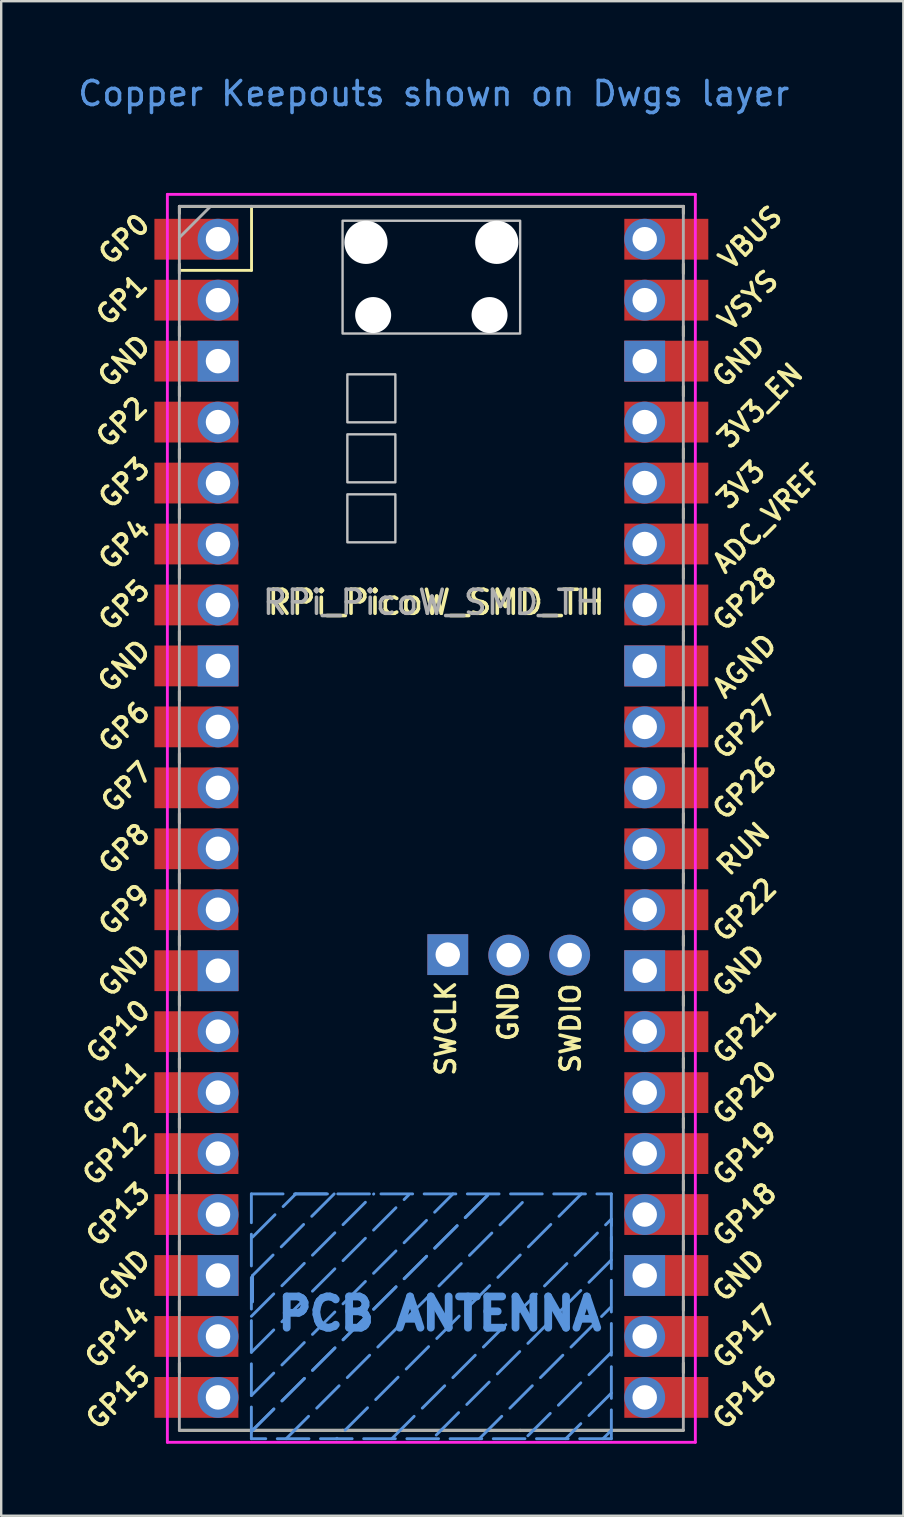
<source format=kicad_pcb>
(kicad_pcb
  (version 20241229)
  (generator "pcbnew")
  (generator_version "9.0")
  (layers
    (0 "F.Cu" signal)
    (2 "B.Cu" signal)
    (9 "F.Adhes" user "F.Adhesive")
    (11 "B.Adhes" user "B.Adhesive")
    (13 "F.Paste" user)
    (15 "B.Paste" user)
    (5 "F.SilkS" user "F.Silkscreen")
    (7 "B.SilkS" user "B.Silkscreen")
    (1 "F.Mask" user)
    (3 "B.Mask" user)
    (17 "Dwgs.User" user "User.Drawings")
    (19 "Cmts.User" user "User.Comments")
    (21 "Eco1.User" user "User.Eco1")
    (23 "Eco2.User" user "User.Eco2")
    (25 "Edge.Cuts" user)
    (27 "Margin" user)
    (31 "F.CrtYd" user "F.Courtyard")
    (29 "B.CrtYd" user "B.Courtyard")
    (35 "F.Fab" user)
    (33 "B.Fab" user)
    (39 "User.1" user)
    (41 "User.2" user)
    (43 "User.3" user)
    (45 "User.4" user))
  (footprint "RPi_PicoW_SMD_TH"
    (layer "F.Cu")
    (at 14.924 31.048)
    (property "Reference" "RPi_PicoW_SMD_TH" (at 0.2 -9 0) (layer "F.SilkS") (effects (font (size 1 1) (thickness 0.15))))
    (attr through_hole)
    (fp_line (start -10.5 -25.5) (end -10.5 -25.2) (stroke (width 0.12) (type solid)) (layer "F.SilkS"))
    (fp_line (start -10.5 -25.5) (end 10.5 -25.5) (stroke (width 0.12) (type solid)) (layer "F.SilkS"))
    (fp_line (start -10.5 -23.1) (end -10.5 -22.7) (stroke (width 0.12) (type solid)) (layer "F.SilkS"))
    (fp_line (start -10.5 -22.833) (end -7.493 -22.833) (stroke (width 0.12) (type solid)) (layer "F.SilkS"))
    (fp_line (start -10.5 -20.5) (end -10.5 -20.1) (stroke (width 0.12) (type solid)) (layer "F.SilkS"))
    (fp_line (start -10.5 -18) (end -10.5 -17.6) (stroke (width 0.12) (type solid)) (layer "F.SilkS"))
    (fp_line (start -10.5 -15.4) (end -10.5 -15) (stroke (width 0.12) (type solid)) (layer "F.SilkS"))
    (fp_line (start -10.5 -12.9) (end -10.5 -12.5) (stroke (width 0.12) (type solid)) (layer "F.SilkS"))
    (fp_line (start -10.5 -10.4) (end -10.5 -10) (stroke (width 0.12) (type solid)) (layer "F.SilkS"))
    (fp_line (start -10.5 -7.8) (end -10.5 -7.4) (stroke (width 0.12) (type solid)) (layer "F.SilkS"))
    (fp_line (start -10.5 -5.3) (end -10.5 -4.9) (stroke (width 0.12) (type solid)) (layer "F.SilkS"))
    (fp_line (start -10.5 -2.7) (end -10.5 -2.3) (stroke (width 0.12) (type solid)) (layer "F.SilkS"))
    (fp_line (start -10.5 -0.2) (end -10.5 0.2) (stroke (width 0.12) (type solid)) (layer "F.SilkS"))
    (fp_line (start -10.5 2.3) (end -10.5 2.7) (stroke (width 0.12) (type solid)) (layer "F.SilkS"))
    (fp_line (start -10.5 4.9) (end -10.5 5.3) (stroke (width 0.12) (type solid)) (layer "F.SilkS"))
    (fp_line (start -10.5 7.4) (end -10.5 7.8) (stroke (width 0.12) (type solid)) (layer "F.SilkS"))
    (fp_line (start -10.5 10) (end -10.5 10.4) (stroke (width 0.12) (type solid)) (layer "F.SilkS"))
    (fp_line (start -10.5 12.5) (end -10.5 12.9) (stroke (width 0.12) (type solid)) (layer "F.SilkS"))
    (fp_line (start -10.5 15.1) (end -10.5 15.5) (stroke (width 0.12) (type solid)) (layer "F.SilkS"))
    (fp_line (start -10.5 17.6) (end -10.5 18) (stroke (width 0.12) (type solid)) (layer "F.SilkS"))
    (fp_line (start -10.5 20.1) (end -10.5 20.5) (stroke (width 0.12) (type solid)) (layer "F.SilkS"))
    (fp_line (start -10.5 22.7) (end -10.5 23.1) (stroke (width 0.12) (type solid)) (layer "F.SilkS"))
    (fp_line (start -7.493 -22.833) (end -7.493 -25.5) (stroke (width 0.12) (type solid)) (layer "F.SilkS"))
    (fp_line (start -3.7 25.5) (end -10.5 25.5) (stroke (width 0.12) (type solid)) (layer "F.SilkS"))
    (fp_line (start -3.7 25.5) (end 3.7 25.5) (stroke (width 0.12) (type default)) (layer "F.SilkS"))
    (fp_line (start 10.5 -25.5) (end 10.5 -25.2) (stroke (width 0.12) (type solid)) (layer "F.SilkS"))
    (fp_line (start 10.5 -23.1) (end 10.5 -22.7) (stroke (width 0.12) (type solid)) (layer "F.SilkS"))
    (fp_line (start 10.5 -20.5) (end 10.5 -20.1) (stroke (width 0.12) (type solid)) (layer "F.SilkS"))
    (fp_line (start 10.5 -18) (end 10.5 -17.6) (stroke (width 0.12) (type solid)) (layer "F.SilkS"))
    (fp_line (start 10.5 -15.4) (end 10.5 -15) (stroke (width 0.12) (type solid)) (layer "F.SilkS"))
    (fp_line (start 10.5 -12.9) (end 10.5 -12.5) (stroke (width 0.12) (type solid)) (layer "F.SilkS"))
    (fp_line (start 10.5 -10.4) (end 10.5 -10) (stroke (width 0.12) (type solid)) (layer "F.SilkS"))
    (fp_line (start 10.5 -7.8) (end 10.5 -7.4) (stroke (width 0.12) (type solid)) (layer "F.SilkS"))
    (fp_line (start 10.5 -5.3) (end 10.5 -4.9) (stroke (width 0.12) (type solid)) (layer "F.SilkS"))
    (fp_line (start 10.5 -2.7) (end 10.5 -2.3) (stroke (width 0.12) (type solid)) (layer "F.SilkS"))
    (fp_line (start 10.5 -0.2) (end 10.5 0.2) (stroke (width 0.12) (type solid)) (layer "F.SilkS"))
    (fp_line (start 10.5 2.3) (end 10.5 2.7) (stroke (width 0.12) (type solid)) (layer "F.SilkS"))
    (fp_line (start 10.5 4.9) (end 10.5 5.3) (stroke (width 0.12) (type solid)) (layer "F.SilkS"))
    (fp_line (start 10.5 7.4) (end 10.5 7.8) (stroke (width 0.12) (type solid)) (layer "F.SilkS"))
    (fp_line (start 10.5 10) (end 10.5 10.4) (stroke (width 0.12) (type solid)) (layer "F.SilkS"))
    (fp_line (start 10.5 12.5) (end 10.5 12.9) (stroke (width 0.12) (type solid)) (layer "F.SilkS"))
    (fp_line (start 10.5 15.1) (end 10.5 15.5) (stroke (width 0.12) (type solid)) (layer "F.SilkS"))
    (fp_line (start 10.5 17.6) (end 10.5 18) (stroke (width 0.12) (type solid)) (layer "F.SilkS"))
    (fp_line (start 10.5 20.1) (end 10.5 20.5) (stroke (width 0.12) (type solid)) (layer "F.SilkS"))
    (fp_line (start 10.5 22.7) (end 10.5 23.1) (stroke (width 0.12) (type solid)) (layer "F.SilkS"))
    (fp_line (start 10.5 25.5) (end 3.7 25.5) (stroke (width 0.12) (type solid)) (layer "F.SilkS"))
    (fp_poly (pts (xy -1.5 -16.5) (xy -3.5 -16.5) (xy -3.5 -18.5) (xy -1.5 -18.5)) (stroke (width 0.1) (type solid)) (fill no) (layer "Dwgs.User"))
    (fp_poly (pts (xy -1.5 -14) (xy -3.5 -14) (xy -3.5 -16) (xy -1.5 -16)) (stroke (width 0.1) (type solid)) (fill no) (layer "Dwgs.User"))
    (fp_poly (pts (xy -1.5 -11.5) (xy -3.5 -11.5) (xy -3.5 -13.5) (xy -1.5 -13.5)) (stroke (width 0.1) (type solid)) (fill no) (layer "Dwgs.User"))
    (fp_poly (pts (xy 3.7 -20.2) (xy -3.7 -20.2) (xy -3.7 -24.9) (xy 3.7 -24.9)) (stroke (width 0.1) (type solid)) (fill no) (layer "Dwgs.User"))
    (fp_line (start -7.5 20.75) (end -2.4 15.65) (stroke (width 0.12) (type dash)) (layer "Cmts.User"))
    (fp_line (start -7.5 22.25) (end -0.95 15.7) (stroke (width 0.12) (type dash)) (layer "Cmts.User"))
    (fp_line (start -7.5 24.05) (end 0.9 15.65) (stroke (width 0.12) (type dash)) (layer "Cmts.User"))
    (fp_line (start -7.5 25.55) (end 2.35 15.7) (stroke (width 0.12) (type dash)) (layer "Cmts.User"))
    (fp_line (start -7.45 17.45) (end -5.65 15.65) (stroke (width 0.12) (type dash)) (layer "Cmts.User"))
    (fp_line (start -7.45 19.05) (end -7.45 20.15) (stroke (width 0.12) (type dash)) (layer "Cmts.User"))
    (fp_line (start -6.05 25.85) (end 4.1 15.7) (stroke (width 0.12) (type dash)) (layer "Cmts.User"))
    (fp_line (start -5.65 15.65) (end -4.05 15.65) (stroke (width 0.12) (type dash)) (layer "Cmts.User"))
    (fp_line (start -4.05 15.65) (end -7.45 19.05) (stroke (width 0.12) (type dash)) (layer "Cmts.User"))
    (fp_line (start -1.65 25.85) (end 7.5 16.7) (stroke (width 0.12) (type dash)) (layer "Cmts.User"))
    (fp_line (start 2 25.85) (end 7.477 20.373) (stroke (width 0.12) (type dash)) (layer "Cmts.User"))
    (fp_line (start 2.35 15.7) (end -7.75 25.8) (stroke (width 0.12) (type dash)) (layer "Cmts.User"))
    (fp_line (start 6.25 15.65) (end -3.95 25.85) (stroke (width 0.12) (type dash)) (layer "Cmts.User"))
    (fp_line (start 7.5 16.7) (end 7.5 18.4) (stroke (width 0.12) (type dash)) (layer "Cmts.User"))
    (fp_line (start 7.5 18.4) (end 0 25.9) (stroke (width 0.12) (type dash)) (layer "Cmts.User"))
    (fp_line (start 7.5 22.25) (end 3.9 25.85) (stroke (width 0.12) (type dash)) (layer "Cmts.User"))
    (fp_line (start 7.5 23.95) (end 5.6 25.85) (stroke (width 0.12) (type dash)) (layer "Cmts.User"))
    (fp_line (start 7.5 25.5) (end 7.15 25.85) (stroke (width 0.12) (type dash)) (layer "Cmts.User"))
    (fp_rect (start -7.5 15.65) (end 7.5 25.85) (stroke (width 0.12) (type dash)) (fill no) (layer "Cmts.User"))
    (fp_line (start -11 -26) (end 11 -26) (stroke (width 0.12) (type solid)) (layer "F.CrtYd"))
    (fp_line (start -11 26) (end -11 -26) (stroke (width 0.12) (type solid)) (layer "F.CrtYd"))
    (fp_line (start 11 -26) (end 11 26) (stroke (width 0.12) (type solid)) (layer "F.CrtYd"))
    (fp_line (start 11 26) (end -11 26) (stroke (width 0.12) (type solid)) (layer "F.CrtYd"))
    (fp_line (start -10.5 -25.5) (end 10.5 -25.5) (stroke (width 0.12) (type solid)) (layer "F.Fab"))
    (fp_line (start -10.5 -24.2) (end -9.2 -25.5) (stroke (width 0.12) (type solid)) (layer "F.Fab"))
    (fp_line (start -10.5 25.5) (end -10.5 -25.5) (stroke (width 0.12) (type solid)) (layer "F.Fab"))
    (fp_line (start 10.5 -25.5) (end 10.5 25.5) (stroke (width 0.12) (type solid)) (layer "F.Fab"))
    (fp_line (start 10.5 25.5) (end -10.5 25.5) (stroke (width 0.12) (type solid)) (layer "F.Fab"))
    (fp_text user "GP10" (at -13.054 8.89 45) (layer "F.SilkS") (effects (font (size 0.8 0.8) (thickness 0.15))))
    (fp_text user "GP20" (at 13.054 11.43 45) (layer "F.SilkS") (effects (font (size 0.8 0.8) (thickness 0.15))))
    (fp_text user "GP28" (at 13.054 -9.144 45) (layer "F.SilkS") (effects (font (size 0.8 0.8) (thickness 0.15))))
    (fp_text user "GP26" (at 13.054 -1.27 45) (layer "F.SilkS") (effects (font (size 0.8 0.8) (thickness 0.15))))
    (fp_text user "3V3" (at 12.9 -13.9 45) (layer "F.SilkS") (effects (font (size 0.8 0.8) (thickness 0.15))))
    (fp_text user "GP14" (at -13.1 21.59 45) (layer "F.SilkS") (effects (font (size 0.8 0.8) (thickness 0.15))))
    (fp_text user "GP0" (at -12.8 -24.13 45) (layer "F.SilkS") (effects (font (size 0.8 0.8) (thickness 0.15))))
    (fp_text user "GP3" (at -12.8 -13.97 45) (layer "F.SilkS") (effects (font (size 0.8 0.8) (thickness 0.15))))
    (fp_text user "GP5" (at -12.8 -8.89 45) (layer "F.SilkS") (effects (font (size 0.8 0.8) (thickness 0.15))))
    (fp_text user "GP18" (at 13.054 16.51 45) (layer "F.SilkS") (effects (font (size 0.8 0.8) (thickness 0.15))))
    (fp_text user "GND" (at 3.2 8.05 90) (layer "F.SilkS") (effects (font (size 0.8 0.8) (thickness 0.15))))
    (fp_text user "GP2" (at -12.9 -16.51 45) (layer "F.SilkS") (effects (font (size 0.8 0.8) (thickness 0.15))))
    (fp_text user "GP27" (at 13.054 -3.8 45) (layer "F.SilkS") (effects (font (size 0.8 0.8) (thickness 0.15))))
    (fp_text user "GND" (at -12.8 -19.05 45) (layer "F.SilkS") (effects (font (size 0.8 0.8) (thickness 0.15))))
    (fp_text user "GP22" (at 13.054 3.81 45) (layer "F.SilkS") (effects (font (size 0.8 0.8) (thickness 0.15))))
    (fp_text user "VBUS" (at 13.3 -24.2 45) (layer "F.SilkS") (effects (font (size 0.8 0.8) (thickness 0.15))))
    (fp_text user "GP21" (at 13.054 8.9 45) (layer "F.SilkS") (effects (font (size 0.8 0.8) (thickness 0.15))))
    (fp_text user "GP19" (at 13.054 13.97 45) (layer "F.SilkS") (effects (font (size 0.8 0.8) (thickness 0.15))))
    (fp_text user "GP1" (at -12.9 -21.6 45) (layer "F.SilkS") (effects (font (size 0.8 0.8) (thickness 0.15))))
    (fp_text user "GP13" (at -13.054 16.51 45) (layer "F.SilkS") (effects (font (size 0.8 0.8) (thickness 0.15))))
    (fp_text user "GP4" (at -12.8 -11.43 45) (layer "F.SilkS") (effects (font (size 0.8 0.8) (thickness 0.15))))
    (fp_text user "SWDIO" (at 5.8 8.75 90) (layer "F.SilkS") (effects (font (size 0.8 0.8) (thickness 0.15))))
    (fp_text user "GP6" (at -12.8 -3.81 45) (layer "F.SilkS") (effects (font (size 0.8 0.8) (thickness 0.15))))
    (fp_text user "GP7" (at -12.7 -1.3 45) (layer "F.SilkS") (effects (font (size 0.8 0.8) (thickness 0.15))))
    (fp_text user "GP11" (at -13.2 11.43 45) (layer "F.SilkS") (effects (font (size 0.8 0.8) (thickness 0.15))))
    (fp_text user "GND" (at 12.8 -19.05 45) (layer "F.SilkS") (effects (font (size 0.8 0.8) (thickness 0.15))))
    (fp_text user "GND" (at 12.8 19.05 45) (layer "F.SilkS") (effects (font (size 0.8 0.8) (thickness 0.15))))
    (fp_text user "AGND" (at 13.054 -6.35 45) (layer "F.SilkS") (effects (font (size 0.8 0.8) (thickness 0.15))))
    (fp_text user "GP9" (at -12.8 3.81 45) (layer "F.SilkS") (effects (font (size 0.8 0.8) (thickness 0.15))))
    (fp_text user "GND" (at -12.8 19.05 45) (layer "F.SilkS") (effects (font (size 0.8 0.8) (thickness 0.15))))
    (fp_text user "GND" (at -12.8 -6.35 45) (layer "F.SilkS") (effects (font (size 0.8 0.8) (thickness 0.15))))
    (fp_text user "RUN" (at 13 1.27 45) (layer "F.SilkS") (effects (font (size 0.8 0.8) (thickness 0.15))))
    (fp_text user "VSYS" (at 13.2 -21.59 45) (layer "F.SilkS") (effects (font (size 0.8 0.8) (thickness 0.15))))
    (fp_text user "GND" (at 12.8 6.35 45) (layer "F.SilkS") (effects (font (size 0.8 0.8) (thickness 0.15))))
    (fp_text user "GND" (at -12.8 6.35 45) (layer "F.SilkS") (effects (font (size 0.8 0.8) (thickness 0.15))))
    (fp_text user "ADC_VREF" (at 14 -12.5 45) (layer "F.SilkS") (effects (font (size 0.8 0.8) (thickness 0.15))))
    (fp_text user "GP12" (at -13.2 13.97 45) (layer "F.SilkS") (effects (font (size 0.8 0.8) (thickness 0.15))))
    (fp_text user "GP16" (at 13.054 24.13 45) (layer "F.SilkS") (effects (font (size 0.8 0.8) (thickness 0.15))))
    (fp_text user "GP8" (at -12.8 1.27 45) (layer "F.SilkS") (effects (font (size 0.8 0.8) (thickness 0.15))))
    (fp_text user "3V3_EN" (at 13.7 -17.2 45) (layer "F.SilkS") (effects (font (size 0.8 0.8) (thickness 0.15))))
    (fp_text user "GP15" (at -13.054 24.13 45) (layer "F.SilkS") (effects (font (size 0.8 0.8) (thickness 0.15))))
    (fp_text user "SWCLK" (at 0.6 8.75 90) (layer "F.SilkS") (effects (font (size 0.8 0.8) (thickness 0.15))))
    (fp_text user "GP17" (at 13.054 21.59 45) (layer "F.SilkS") (effects (font (size 0.8 0.8) (thickness 0.15))))
    (fp_text user "PCB ANTENNA" (at -6.55 21.4 0) (unlocked yes) (layer "Cmts.User") (effects (font (size 1.3 1.3) (thickness 0.325) (bold yes)) (justify left bottom)))
    (fp_text user "Copper Keepouts shown on Dwgs layer" (at 0.1 -30.2 0) (layer "Cmts.User") (effects (font (size 1 1) (thickness 0.15))))
    (fp_text user "${REFERENCE}" (at 0 -9 180) (layer "F.Fab") (effects (font (size 1 1) (thickness 0.15))))
    (pad "" np_thru_hole oval (at -2.725 -24) (size 1.8 1.8) (drill 1.8) (layers "*.Cu" "*.Mask"))
    (pad "" np_thru_hole oval (at -2.425 -20.97) (size 1.5 1.5) (drill 1.5) (layers "*.Cu" "*.Mask"))
    (pad "" np_thru_hole oval (at 2.425 -20.97) (size 1.5 1.5) (drill 1.5) (layers "*.Cu" "*.Mask"))
    (pad "" np_thru_hole oval (at 2.725 -24) (size 1.8 1.8) (drill 1.8) (layers "*.Cu" "*.Mask"))
    (pad "1" thru_hole oval (at -8.89 -24.13) (size 1.7 1.7) (drill 1.02) (layers "*.Cu" "*.Mask"))
    (pad "1" smd rect (at -8.89 -24.13) (size 3.5 1.7) (drill (offset -0.9 0)) (layers "F.Cu" "F.Mask"))
    (pad "2" thru_hole oval (at -8.89 -21.59) (size 1.7 1.7) (drill 1.02) (layers "*.Cu" "*.Mask"))
    (pad "2" smd rect (at -8.89 -21.59) (size 3.5 1.7) (drill (offset -0.9 0)) (layers "F.Cu" "F.Mask"))
    (pad "3" thru_hole rect (at -8.89 -19.05) (size 1.7 1.7) (drill 1.02) (layers "*.Cu" "*.Mask"))
    (pad "3" smd rect (at -8.89 -19.05) (size 3.5 1.7) (drill (offset -0.9 0)) (layers "F.Cu" "F.Mask"))
    (pad "4" thru_hole oval (at -8.89 -16.51) (size 1.7 1.7) (drill 1.02) (layers "*.Cu" "*.Mask"))
    (pad "4" smd rect (at -8.89 -16.51) (size 3.5 1.7) (drill (offset -0.9 0)) (layers "F.Cu" "F.Mask"))
    (pad "5" thru_hole oval (at -8.89 -13.97) (size 1.7 1.7) (drill 1.02) (layers "*.Cu" "*.Mask"))
    (pad "5" smd rect (at -8.89 -13.97) (size 3.5 1.7) (drill (offset -0.9 0)) (layers "F.Cu" "F.Mask"))
    (pad "6" thru_hole oval (at -8.89 -11.43) (size 1.7 1.7) (drill 1.02) (layers "*.Cu" "*.Mask"))
    (pad "6" smd rect (at -8.89 -11.43) (size 3.5 1.7) (drill (offset -0.9 0)) (layers "F.Cu" "F.Mask"))
    (pad "7" thru_hole oval (at -8.89 -8.89) (size 1.7 1.7) (drill 1.02) (layers "*.Cu" "*.Mask"))
    (pad "7" smd rect (at -8.89 -8.89) (size 3.5 1.7) (drill (offset -0.9 0)) (layers "F.Cu" "F.Mask"))
    (pad "8" thru_hole rect (at -8.89 -6.35) (size 1.7 1.7) (drill 1.02) (layers "*.Cu" "*.Mask"))
    (pad "8" smd rect (at -8.89 -6.35) (size 3.5 1.7) (drill (offset -0.9 0)) (layers "F.Cu" "F.Mask"))
    (pad "9" thru_hole oval (at -8.89 -3.81) (size 1.7 1.7) (drill 1.02) (layers "*.Cu" "*.Mask"))
    (pad "9" smd rect (at -8.89 -3.81) (size 3.5 1.7) (drill (offset -0.9 0)) (layers "F.Cu" "F.Mask"))
    (pad "10" thru_hole oval (at -8.89 -1.27) (size 1.7 1.7) (drill 1.02) (layers "*.Cu" "*.Mask"))
    (pad "10" smd rect (at -8.89 -1.27) (size 3.5 1.7) (drill (offset -0.9 0)) (layers "F.Cu" "F.Mask"))
    (pad "11" thru_hole oval (at -8.89 1.27) (size 1.7 1.7) (drill 1.02) (layers "*.Cu" "*.Mask"))
    (pad "11" smd rect (at -8.89 1.27) (size 3.5 1.7) (drill (offset -0.9 0)) (layers "F.Cu" "F.Mask"))
    (pad "12" thru_hole oval (at -8.89 3.81) (size 1.7 1.7) (drill 1.02) (layers "*.Cu" "*.Mask"))
    (pad "12" smd rect (at -8.89 3.81) (size 3.5 1.7) (drill (offset -0.9 0)) (layers "F.Cu" "F.Mask"))
    (pad "13" thru_hole rect (at -8.89 6.35) (size 1.7 1.7) (drill 1.02) (layers "*.Cu" "*.Mask"))
    (pad "13" smd rect (at -8.89 6.35) (size 3.5 1.7) (drill (offset -0.9 0)) (layers "F.Cu" "F.Mask"))
    (pad "14" thru_hole oval (at -8.89 8.89) (size 1.7 1.7) (drill 1.02) (layers "*.Cu" "*.Mask"))
    (pad "14" smd rect (at -8.89 8.89) (size 3.5 1.7) (drill (offset -0.9 0)) (layers "F.Cu" "F.Mask"))
    (pad "15" thru_hole oval (at -8.89 11.43) (size 1.7 1.7) (drill 1.02) (layers "*.Cu" "*.Mask"))
    (pad "15" smd rect (at -8.89 11.43) (size 3.5 1.7) (drill (offset -0.9 0)) (layers "F.Cu" "F.Mask"))
    (pad "16" thru_hole oval (at -8.89 13.97) (size 1.7 1.7) (drill 1.02) (layers "*.Cu" "*.Mask"))
    (pad "16" smd rect (at -8.89 13.97) (size 3.5 1.7) (drill (offset -0.9 0)) (layers "F.Cu" "F.Mask"))
    (pad "17" thru_hole oval (at -8.89 16.51) (size 1.7 1.7) (drill 1.02) (layers "*.Cu" "*.Mask"))
    (pad "17" smd rect (at -8.89 16.51) (size 3.5 1.7) (drill (offset -0.9 0)) (layers "F.Cu" "F.Mask"))
    (pad "18" thru_hole rect (at -8.89 19.05) (size 1.7 1.7) (drill 1.02) (layers "*.Cu" "*.Mask"))
    (pad "18" smd rect (at -8.89 19.05) (size 3.5 1.7) (drill (offset -0.9 0)) (layers "F.Cu" "F.Mask"))
    (pad "19" thru_hole oval (at -8.89 21.59) (size 1.7 1.7) (drill 1.02) (layers "*.Cu" "*.Mask"))
    (pad "19" smd rect (at -8.89 21.59) (size 3.5 1.7) (drill (offset -0.9 0)) (layers "F.Cu" "F.Mask"))
    (pad "20" thru_hole oval (at -8.89 24.13) (size 1.7 1.7) (drill 1.02) (layers "*.Cu" "*.Mask"))
    (pad "20" smd rect (at -8.89 24.13) (size 3.5 1.7) (drill (offset -0.9 0)) (layers "F.Cu" "F.Mask"))
    (pad "21" thru_hole oval (at 8.89 24.13) (size 1.7 1.7) (drill 1.02) (layers "*.Cu" "*.Mask"))
    (pad "21" smd rect (at 8.89 24.13) (size 3.5 1.7) (drill (offset 0.9 0)) (layers "F.Cu" "F.Mask"))
    (pad "22" thru_hole oval (at 8.89 21.59) (size 1.7 1.7) (drill 1.02) (layers "*.Cu" "*.Mask"))
    (pad "22" smd rect (at 8.89 21.59) (size 3.5 1.7) (drill (offset 0.9 0)) (layers "F.Cu" "F.Mask"))
    (pad "23" thru_hole rect (at 8.89 19.05) (size 1.7 1.7) (drill 1.02) (layers "*.Cu" "*.Mask"))
    (pad "23" smd rect (at 8.89 19.05) (size 3.5 1.7) (drill (offset 0.9 0)) (layers "F.Cu" "F.Mask"))
    (pad "24" thru_hole oval (at 8.89 16.51) (size 1.7 1.7) (drill 1.02) (layers "*.Cu" "*.Mask"))
    (pad "24" smd rect (at 8.89 16.51) (size 3.5 1.7) (drill (offset 0.9 0)) (layers "F.Cu" "F.Mask"))
    (pad "25" thru_hole oval (at 8.89 13.97) (size 1.7 1.7) (drill 1.02) (layers "*.Cu" "*.Mask"))
    (pad "25" smd rect (at 8.89 13.97) (size 3.5 1.7) (drill (offset 0.9 0)) (layers "F.Cu" "F.Mask"))
    (pad "26" thru_hole oval (at 8.89 11.43) (size 1.7 1.7) (drill 1.02) (layers "*.Cu" "*.Mask"))
    (pad "26" smd rect (at 8.89 11.43) (size 3.5 1.7) (drill (offset 0.9 0)) (layers "F.Cu" "F.Mask"))
    (pad "27" thru_hole oval (at 8.89 8.89) (size 1.7 1.7) (drill 1.02) (layers "*.Cu" "*.Mask"))
    (pad "27" smd rect (at 8.89 8.89) (size 3.5 1.7) (drill (offset 0.9 0)) (layers "F.Cu" "F.Mask"))
    (pad "28" thru_hole rect (at 8.89 6.35) (size 1.7 1.7) (drill 1.02) (layers "*.Cu" "*.Mask"))
    (pad "28" smd rect (at 8.89 6.35) (size 3.5 1.7) (drill (offset 0.9 0)) (layers "F.Cu" "F.Mask"))
    (pad "29" thru_hole oval (at 8.89 3.81) (size 1.7 1.7) (drill 1.02) (layers "*.Cu" "*.Mask"))
    (pad "29" smd rect (at 8.89 3.81) (size 3.5 1.7) (drill (offset 0.9 0)) (layers "F.Cu" "F.Mask"))
    (pad "30" thru_hole oval (at 8.89 1.27) (size 1.7 1.7) (drill 1.02) (layers "*.Cu" "*.Mask"))
    (pad "30" smd rect (at 8.89 1.27) (size 3.5 1.7) (drill (offset 0.9 0)) (layers "F.Cu" "F.Mask"))
    (pad "31" thru_hole oval (at 8.89 -1.27) (size 1.7 1.7) (drill 1.02) (layers "*.Cu" "*.Mask"))
    (pad "31" smd rect (at 8.89 -1.27) (size 3.5 1.7) (drill (offset 0.9 0)) (layers "F.Cu" "F.Mask"))
    (pad "32" thru_hole oval (at 8.89 -3.81) (size 1.7 1.7) (drill 1.02) (layers "*.Cu" "*.Mask"))
    (pad "32" smd rect (at 8.89 -3.81) (size 3.5 1.7) (drill (offset 0.9 0)) (layers "F.Cu" "F.Mask"))
    (pad "33" thru_hole rect (at 8.89 -6.35) (size 1.7 1.7) (drill 1.02) (layers "*.Cu" "*.Mask"))
    (pad "33" smd rect (at 8.89 -6.35) (size 3.5 1.7) (drill (offset 0.9 0)) (layers "F.Cu" "F.Mask"))
    (pad "34" thru_hole oval (at 8.89 -8.89) (size 1.7 1.7) (drill 1.02) (layers "*.Cu" "*.Mask"))
    (pad "34" smd rect (at 8.89 -8.89) (size 3.5 1.7) (drill (offset 0.9 0)) (layers "F.Cu" "F.Mask"))
    (pad "35" thru_hole oval (at 8.89 -11.43) (size 1.7 1.7) (drill 1.02) (layers "*.Cu" "*.Mask"))
    (pad "35" smd rect (at 8.89 -11.43) (size 3.5 1.7) (drill (offset 0.9 0)) (layers "F.Cu" "F.Mask"))
    (pad "36" thru_hole oval (at 8.89 -13.97) (size 1.7 1.7) (drill 1.02) (layers "*.Cu" "*.Mask"))
    (pad "36" smd rect (at 8.89 -13.97) (size 3.5 1.7) (drill (offset 0.9 0)) (layers "F.Cu" "F.Mask"))
    (pad "37" thru_hole oval (at 8.89 -16.51) (size 1.7 1.7) (drill 1.02) (layers "*.Cu" "*.Mask"))
    (pad "37" smd rect (at 8.89 -16.51) (size 3.5 1.7) (drill (offset 0.9 0)) (layers "F.Cu" "F.Mask"))
    (pad "38" thru_hole rect (at 8.89 -19.05) (size 1.7 1.7) (drill 1.02) (layers "*.Cu" "*.Mask"))
    (pad "38" smd rect (at 8.89 -19.05) (size 3.5 1.7) (drill (offset 0.9 0)) (layers "F.Cu" "F.Mask"))
    (pad "39" thru_hole oval (at 8.89 -21.59) (size 1.7 1.7) (drill 1.02) (layers "*.Cu" "*.Mask"))
    (pad "39" smd rect (at 8.89 -21.59) (size 3.5 1.7) (drill (offset 0.9 0)) (layers "F.Cu" "F.Mask"))
    (pad "40" thru_hole oval (at 8.89 -24.13) (size 1.7 1.7) (drill 1.02) (layers "*.Cu" "*.Mask"))
    (pad "40" smd rect (at 8.89 -24.13) (size 3.5 1.7) (drill (offset 0.9 0)) (layers "F.Cu" "F.Mask"))
    (pad "41" thru_hole rect (at 0.684 5.68) (size 1.7 1.7) (drill 1.02) (layers "*.Cu" "*.Mask"))
    (pad "42" thru_hole circle (at 3.224 5.7) (size 1.7 1.7) (drill 1.02) (layers "*.Cu" "*.Mask"))
    (pad "43" thru_hole oval (at 5.764 5.7) (size 1.7 1.7) (drill 1.02) (layers "*.Cu" "*.Mask"))
    (zone (net_name "") (layers "F.Cu" "B.Cu") (name "Wifi-Antenna") (hatch edge 0.5) (connect_pads) (min_thickness 0.25) (filled_areas_thickness no) (keepout (tracks not_allowed) (vias not_allowed) (pads not_allowed) (copperpour not_allowed) (footprints not_allowed)) (placement (enabled no)) (fill) (polygon (pts (xy 7.424 46.698) (xy 7.424 56.898) (xy 22.424 56.898) (xy 22.424 46.698)))))
  (gr_rect
    (start -3 -3)
    (end 34.591 60.108)
    (stroke (width 0.1) (type default))
    (fill no)
    (layer "Edge.Cuts")))
</source>
